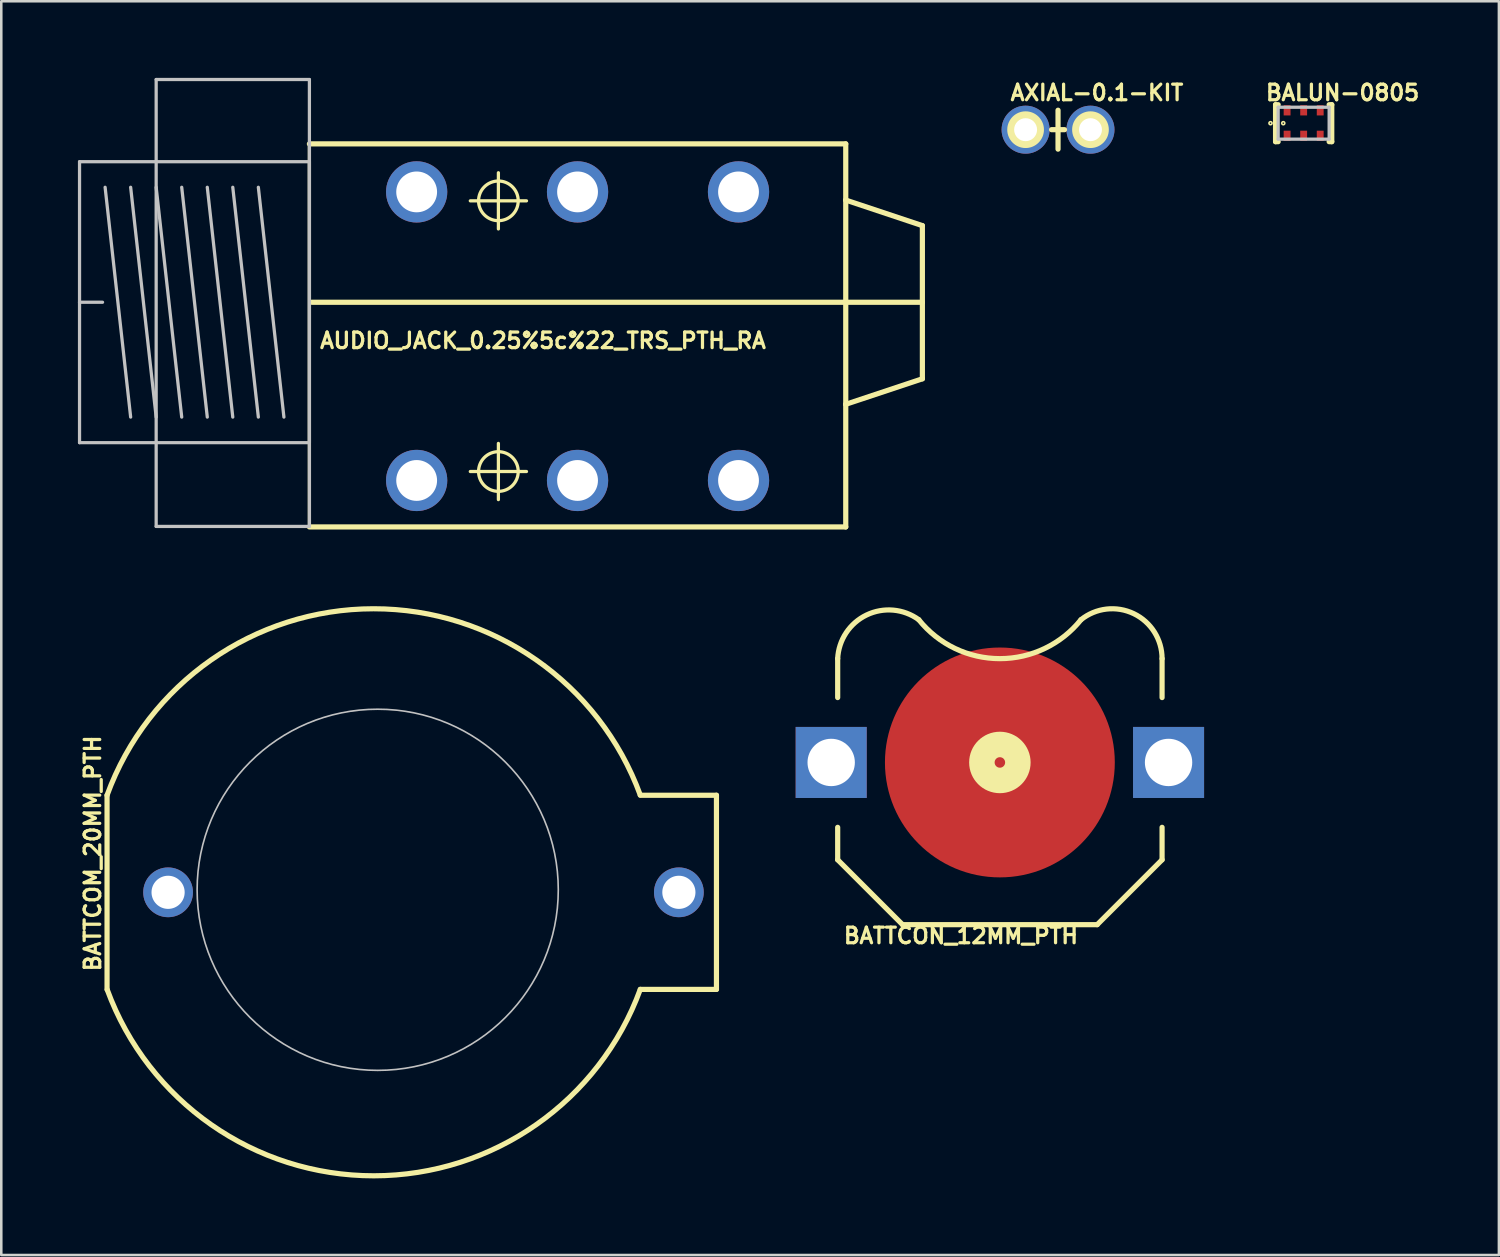
<source format=kicad_pcb>
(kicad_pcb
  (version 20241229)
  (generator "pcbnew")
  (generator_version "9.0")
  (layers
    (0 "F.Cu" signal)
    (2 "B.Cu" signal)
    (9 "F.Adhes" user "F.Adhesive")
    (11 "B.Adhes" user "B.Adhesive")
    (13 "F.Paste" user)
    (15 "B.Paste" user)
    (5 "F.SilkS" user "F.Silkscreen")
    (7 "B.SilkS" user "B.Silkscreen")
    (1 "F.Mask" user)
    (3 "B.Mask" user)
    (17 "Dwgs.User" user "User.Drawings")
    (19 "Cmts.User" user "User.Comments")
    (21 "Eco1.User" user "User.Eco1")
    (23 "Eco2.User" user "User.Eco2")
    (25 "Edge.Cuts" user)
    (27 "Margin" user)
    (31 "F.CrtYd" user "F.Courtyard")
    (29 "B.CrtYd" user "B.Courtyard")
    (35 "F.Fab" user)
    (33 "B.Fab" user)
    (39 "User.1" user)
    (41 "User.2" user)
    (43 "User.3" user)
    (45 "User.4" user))
  (footprint "AUDIO_JACK_0.25%5c%22_TRS_PTH_RA"
    (layer "F.Cu")
    (at 9.063 8.811)
    (property "Reference" "AUDIO_JACK_0.25%5c%22_TRS_PTH_RA" (at 9.144 1.473 0) (layer "F.SilkS") (effects (font (size 0.61 0.61) (thickness 0.127))))
    (attr exclude_from_pos_files exclude_from_bom)
    (fp_line (start 0 -6.228) (end 0 8.768) (stroke (width 0.127) (type solid)) (layer "F.SilkS"))
    (fp_line (start 0 8.768) (end 20.998 8.768) (stroke (width 0.203) (type solid)) (layer "F.SilkS"))
    (fp_line (start 0.094 -0.028) (end 23.998 -0.028) (stroke (width 0.203) (type solid)) (layer "F.SilkS"))
    (fp_line (start 6.299 -3.998) (end 8.499 -3.998) (stroke (width 0.127) (type solid)) (layer "F.SilkS"))
    (fp_line (start 6.299 6.599) (end 8.499 6.599) (stroke (width 0.127) (type solid)) (layer "F.SilkS"))
    (fp_line (start 7.399 -2.898) (end 7.399 -5.098) (stroke (width 0.127) (type solid)) (layer "F.SilkS"))
    (fp_line (start 7.399 7.699) (end 7.399 5.499) (stroke (width 0.127) (type solid)) (layer "F.SilkS"))
    (fp_line (start 20.998 -6.228) (end 0 -6.228) (stroke (width 0.203) (type solid)) (layer "F.SilkS"))
    (fp_line (start 20.998 -4.028) (end 20.998 -6.228) (stroke (width 0.203) (type solid)) (layer "F.SilkS"))
    (fp_line (start 20.998 3.967) (end 20.998 -4.028) (stroke (width 0.203) (type solid)) (layer "F.SilkS"))
    (fp_line (start 20.998 8.768) (end 20.998 3.967) (stroke (width 0.203) (type solid)) (layer "F.SilkS"))
    (fp_line (start 23.998 -3.028) (end 20.998 -4.028) (stroke (width 0.203) (type solid)) (layer "F.SilkS"))
    (fp_line (start 23.998 -0.028) (end 23.998 -3.028) (stroke (width 0.203) (type solid)) (layer "F.SilkS"))
    (fp_line (start 23.998 -0.028) (end 23.998 2.969) (stroke (width 0.203) (type solid)) (layer "F.SilkS"))
    (fp_line (start 23.998 2.969) (end 20.998 3.967) (stroke (width 0.203) (type solid)) (layer "F.SilkS"))
    (fp_circle (center 7.399 -3.998) (end 7.948 -4.547) (stroke (width 0.127) (type solid)) (fill no) (layer "F.SilkS"))
    (fp_circle (center 7.399 6.599) (end 7.948 7.148) (stroke (width 0.127) (type solid)) (fill no) (layer "F.SilkS"))
    (fp_line (start -8.999 -5.53) (end 0 -5.53) (stroke (width 0.127) (type solid)) (layer "Dwgs.User"))
    (fp_line (start -8.999 -0.028) (end -8.999 -5.53) (stroke (width 0.127) (type solid)) (layer "Dwgs.User"))
    (fp_line (start -8.999 -0.028) (end -8.098 -0.028) (stroke (width 0.127) (type solid)) (layer "Dwgs.User"))
    (fp_line (start -8.999 5.469) (end -8.999 -0.028) (stroke (width 0.127) (type solid)) (layer "Dwgs.User"))
    (fp_line (start -7.998 -4.529) (end -6.998 4.468) (stroke (width 0.127) (type solid)) (layer "Dwgs.User"))
    (fp_line (start -6.998 -4.529) (end -5.999 4.468) (stroke (width 0.127) (type solid)) (layer "Dwgs.User"))
    (fp_line (start -5.999 -8.748) (end -5.999 8.748) (stroke (width 0.127) (type solid)) (layer "Dwgs.User"))
    (fp_line (start -5.999 -8.748) (end 0 -8.748) (stroke (width 0.127) (type solid)) (layer "Dwgs.User"))
    (fp_line (start -5.999 -4.529) (end -4.999 4.468) (stroke (width 0.127) (type solid)) (layer "Dwgs.User"))
    (fp_line (start -5.999 8.748) (end 0 8.748) (stroke (width 0.127) (type solid)) (layer "Dwgs.User"))
    (fp_line (start -4.999 -4.529) (end -3.998 4.468) (stroke (width 0.127) (type solid)) (layer "Dwgs.User"))
    (fp_line (start -3.998 -4.529) (end -3 4.468) (stroke (width 0.127) (type solid)) (layer "Dwgs.User"))
    (fp_line (start -3 -4.529) (end -1.999 4.468) (stroke (width 0.127) (type solid)) (layer "Dwgs.User"))
    (fp_line (start -1.999 -4.529) (end -0.998 4.468) (stroke (width 0.127) (type solid)) (layer "Dwgs.User"))
    (fp_line (start 0 -8.748) (end 0 8.748) (stroke (width 0.127) (type solid)) (layer "Dwgs.User"))
    (fp_line (start 0 -5.53) (end 0 5.469) (stroke (width 0.127) (type solid)) (layer "Dwgs.User"))
    (fp_line (start 0 5.469) (end -8.999 5.469) (stroke (width 0.127) (type solid)) (layer "Dwgs.User"))
    (pad "RING" thru_hole circle (at 10.498 -4.348) (size 2.398 2.398) (drill 1.598) (layers "*.Cu" "*.Paste" "*.Mask"))
    (pad "RING" thru_hole circle (at 10.498 6.949) (size 2.398 2.398) (drill 1.598) (layers "*.Cu" "*.Paste" "*.Mask"))
    (pad "SLEE" thru_hole circle (at 4.199 -4.348) (size 2.398 2.398) (drill 1.598) (layers "*.Cu" "*.Paste" "*.Mask"))
    (pad "SLEE" thru_hole circle (at 4.199 6.949) (size 2.398 2.398) (drill 1.598) (layers "*.Cu" "*.Paste" "*.Mask"))
    (pad "TIP" thru_hole circle (at 16.8 6.949) (size 2.398 2.398) (drill 1.598) (layers "*.Cu" "*.Paste" "*.Mask"))
    (pad "TIP-" thru_hole circle (at 16.8 -4.348) (size 2.398 2.398) (drill 1.598) (layers "*.Cu" "*.Paste" "*.Mask")))
  (footprint "AXIAL-0.1-KIT"
    (layer "F.Cu")
    (at 38.372 2.027)
    (property "Reference" "AXIAL-0.1-KIT" (at 1.524 -1.448 0) (layer "F.SilkS") (effects (font (size 0.61 0.61) (thickness 0.127))))
    (attr exclude_from_pos_files exclude_from_bom)
    (fp_line (start 0 0) (end -0.254 0) (stroke (width 0.203) (type solid)) (layer "F.SilkS"))
    (fp_line (start 0 0) (end 0 -0.762) (stroke (width 0.203) (type solid)) (layer "F.SilkS"))
    (fp_line (start 0 0.762) (end 0 0) (stroke (width 0.203) (type solid)) (layer "F.SilkS"))
    (fp_line (start 0.254 0) (end 0 0) (stroke (width 0.203) (type solid)) (layer "F.SilkS"))
    (fp_circle (center -1.27 0) (end -1.778 0.508) (stroke (width 0) (type solid)) (fill yes) (layer "F.SilkS"))
    (fp_circle (center -1.27 0) (end -1.499 0.229) (stroke (width 0) (type solid)) (fill yes) (layer "F.SilkS"))
    (fp_circle (center -1.27 0) (end -1.499 0.229) (stroke (width 0) (type solid)) (fill yes) (layer "F.SilkS"))
    (fp_circle (center 1.27 0) (end 1.499 0.229) (stroke (width 0) (type solid)) (fill yes) (layer "F.SilkS"))
    (fp_circle (center 1.27 0) (end 1.778 0.508) (stroke (width 0) (type solid)) (fill yes) (layer "F.SilkS"))
    (pad "P$1" thru_hole circle (at -1.27 0) (size 1.88 1.88) (drill 0.899) (layers "*.Cu" "*.Paste" "*.Mask"))
    (pad "P$2" thru_hole circle (at 1.27 0) (size 1.88 1.88) (drill 0.899) (layers "*.Cu" "*.Paste" "*.Mask")))
  (footprint "BALUN-0805"
    (layer "F.Cu")
    (at 47.988 1.773)
    (property "Reference" "BALUN-0805" (at 1.524 -1.194 0) (layer "F.SilkS") (effects (font (size 0.61 0.61) (thickness 0.127))))
    (attr smd)
    (fp_line (start -1.1 -0.724) (end -1.1 0.724) (stroke (width 0.203) (type solid)) (layer "F.SilkS"))
    (fp_line (start -1.1 0.724) (end -0.998 0.724) (stroke (width 0.203) (type solid)) (layer "F.SilkS"))
    (fp_line (start -0.998 -0.724) (end -1.1 -0.724) (stroke (width 0.203) (type solid)) (layer "F.SilkS"))
    (fp_line (start 0.998 0.724) (end 1.1 0.724) (stroke (width 0.203) (type solid)) (layer "F.SilkS"))
    (fp_line (start 1.1 -0.724) (end 0.998 -0.724) (stroke (width 0.203) (type solid)) (layer "F.SilkS"))
    (fp_line (start 1.1 0.724) (end 1.1 -0.724) (stroke (width 0.203) (type solid)) (layer "F.SilkS"))
    (fp_circle (center -1.298 0) (end -1.318 0.02) (stroke (width 0.064) (type solid)) (fill no) (layer "F.SilkS"))
    (fp_circle (center -0.798 0) (end -0.818 0.02) (stroke (width 0.064) (type solid)) (fill no) (layer "F.SilkS"))
    (fp_line (start -0.998 -0.625) (end -0.998 0.625) (stroke (width 0.127) (type solid)) (layer "Dwgs.User"))
    (fp_line (start -0.998 0.625) (end 0.998 0.625) (stroke (width 0.127) (type solid)) (layer "Dwgs.User"))
    (fp_line (start 0.998 -0.625) (end -0.998 -0.625) (stroke (width 0.127) (type solid)) (layer "Dwgs.User"))
    (fp_line (start 0.998 0.625) (end 0.998 -0.625) (stroke (width 0.127) (type solid)) (layer "Dwgs.User"))
    (pad "1" smd rect (at -0.648 0.493) (size 0.269 0.399) (layers "F.Cu" "F.Mask" "F.Paste"))
    (pad "2" smd rect (at 0 0.493) (size 0.269 0.399) (layers "F.Cu" "F.Mask" "F.Paste"))
    (pad "3" smd rect (at 0.648 0.493) (size 0.269 0.399) (layers "F.Cu" "F.Mask" "F.Paste"))
    (pad "4" smd rect (at 0.648 -0.503) (size 0.269 0.399) (layers "F.Cu" "F.Mask" "F.Paste"))
    (pad "5" smd rect (at 0 -0.503) (size 0.269 0.399) (layers "F.Cu" "F.Mask" "F.Paste"))
    (pad "6" smd rect (at -0.648 -0.503) (size 0.269 0.399) (layers "F.Cu" "F.Mask" "F.Paste")))
  (footprint "BATTCON_12MM_PTH"
    (layer "F.Cu")
    (at 36.095 26.8)
    (property "Reference" "BATTCON_12MM_PTH" (at -1.524 6.782 180) (layer "F.SilkS") (effects (font (size 0.61 0.61) (thickness 0.127))))
    (attr smd)
    (fp_line (start -6.35 -2.54) (end -6.35 -4.064) (stroke (width 0.203) (type solid)) (layer "F.SilkS"))
    (fp_line (start -6.35 3.81) (end -6.35 2.54) (stroke (width 0.203) (type solid)) (layer "F.SilkS"))
    (fp_line (start -6.35 3.81) (end -3.81 6.35) (stroke (width 0.203) (type solid)) (layer "F.SilkS"))
    (fp_line (start -3.81 6.35) (end 3.81 6.35) (stroke (width 0.203) (type solid)) (layer "F.SilkS"))
    (fp_line (start 3.81 6.35) (end 6.35 3.81) (stroke (width 0.203) (type solid)) (layer "F.SilkS"))
    (fp_line (start 6.35 -2.54) (end 6.35 -4.064) (stroke (width 0.203) (type solid)) (layer "F.SilkS"))
    (fp_line (start 6.35 3.81) (end 6.35 2.54) (stroke (width 0.203) (type solid)) (layer "F.SilkS"))
    (fp_arc (start -6.35 -4.064) (mid -5.21754 -5.773876) (end -3.174985 -5.589185) (stroke (width 0.2032) (type solid)) (layer "F.SilkS"))
    (fp_arc (start 3.175 -5.588) (mid 0.002439 -4.063921) (end -3.171947 -5.584196) (stroke (width 0.2032) (type solid)) (layer "F.SilkS"))
    (fp_arc (start 3.175 -5.588) (mid 5.2417 -5.825042) (end 6.35 -4.064613) (stroke (width 0.2032) (type solid)) (layer "F.SilkS"))
    (fp_circle (center 0 0) (end -0.498 0.498) (stroke (width 0.998) (type solid)) (fill no) (layer "F.SilkS"))
    (pad "GND" smd circle (at 0 0) (size 8.999 8.999) (layers "F.Cu" "F.Mask" "F.Paste"))
    (pad "VCC@" thru_hole rect (at -6.604 0) (size 2.781 2.781) (drill 1.854) (layers "*.Cu" "*.Paste" "*.Mask"))
    (pad "VCC@" thru_hole rect (at 6.604 0) (size 2.781 2.781) (drill 1.854) (layers "*.Cu" "*.Paste" "*.Mask")))
  (footprint "BATTCOM_20MM_PTH"
    (layer "F.Cu")
    (at 11.679 31.884)
    (property "Reference" "BATTCOM_20MM_PTH" (at -11.1 -1.524 90) (layer "F.SilkS") (effects (font (size 0.61 0.61) (thickness 0.127))))
    (attr exclude_from_pos_files exclude_from_bom)
    (fp_line (start -10.538 -3.8) (end -10.538 3.8) (stroke (width 0.203) (type solid)) (layer "F.SilkS"))
    (fp_line (start 10.338 -3.8) (end 13.32 -3.8) (stroke (width 0.203) (type solid)) (layer "F.SilkS"))
    (fp_line (start 13.32 -3.8) (end 13.32 3.8) (stroke (width 0.203) (type solid)) (layer "F.SilkS"))
    (fp_line (start 13.32 3.8) (end 10.338 3.8) (stroke (width 0.203) (type solid)) (layer "F.SilkS"))
    (fp_arc (start -10.53846 -3.79984) (mid -0.106326 -11.101097) (end 10.335346 -3.813488) (stroke (width 0.2032) (type solid)) (layer "F.SilkS"))
    (fp_arc (start 10.3378 3.79984) (mid -0.092666 11.098712) (end -10.531525 3.811849) (stroke (width 0.2032) (type solid)) (layer "F.SilkS"))
    (fp_circle (center 0.058 -0.099) (end 5.057 -5.098) (stroke (width 0.064) (type solid)) (fill no) (layer "Dwgs.User"))
    (pad "1" thru_hole circle (at 11.849 0) (size 1.948 1.948) (drill 1.298) (layers "*.Cu" "*.Paste" "*.Mask"))
    (pad "2" thru_hole circle (at -8.148 0) (size 1.948 1.948) (drill 1.298) (layers "*.Cu" "*.Paste" "*.Mask")))
  (gr_rect
    (start -3 -3)
    (end 55.632 46.084)
    (stroke (width 0.1) (type default))
    (fill no)
    (layer "Edge.Cuts")))
</source>
